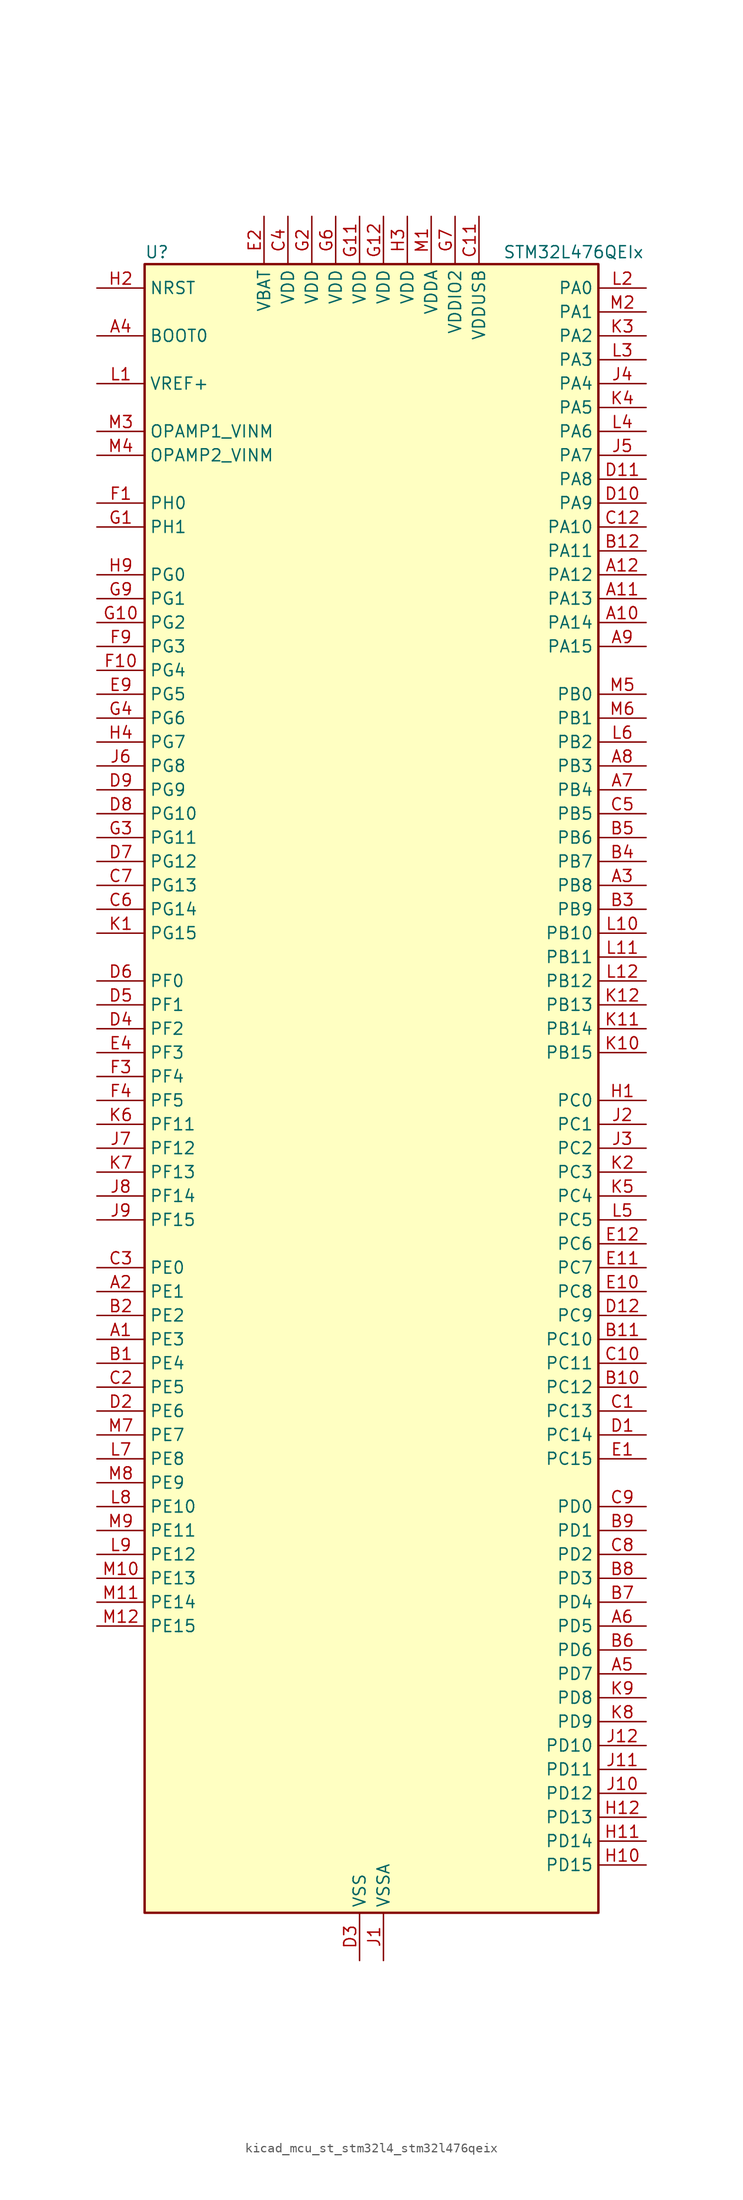
<source format=kicad_sym>
(kicad_symbol_lib
  (version 20220914)
  (generator kicad_symbol_editor)
  (symbol "kicad_mcu_st_stm32l4_stm32l476qeix"
    (property "Reference" "U"
      (at -22.86 90.17 0)
      (effects (font (size 1.27 1.27)) (justify left)))
    (property "Value" "STM32L476QEIx"
      (at 15.24 90.17 0)
      (effects (font (size 1.27 1.27)) (justify left)))
    (property "ki_locked" ""
      (at 0 0 0)
      (effects (font (size 1.27 1.27))))
    (symbol "kicad_mcu_st_stm32l4_stm32l476qeix_0_1"
      (rectangle (start -22.86 -86.36) (end 25.4 88.9) (stroke (width 0.254) (type default)) (fill (type background))))
    (symbol "kicad_mcu_st_stm32l4_stm32l476qeix_1_1"
      (pin bidirectional line (at -27.94 -25.4 0) (length 5.08) (name "PE3" (effects (font (size 1.27 1.27)))) (number "A1" (effects (font (size 1.27 1.27)))) (alternate "FMC_A19" bidirectional line) (alternate "LCD_SEG39" bidirectional line) (alternate "SAI1_SD_B" bidirectional line) (alternate "SYS_TRACED0" bidirectional line) (alternate "TIM3_CH1" bidirectional line) (alternate "TSC_G7_IO2" bidirectional line))
      (pin bidirectional line (at 30.48 50.8 180) (length 5.08) (name "PA14" (effects (font (size 1.27 1.27)))) (number "A10" (effects (font (size 1.27 1.27)))) (alternate "SYS_JTCK-SWCLK" bidirectional line))
      (pin bidirectional line (at 30.48 53.34 180) (length 5.08) (name "PA13" (effects (font (size 1.27 1.27)))) (number "A11" (effects (font (size 1.27 1.27)))) (alternate "IR_OUT" bidirectional line) (alternate "SYS_JTMS-SWDIO" bidirectional line) (alternate "USB_OTG_FS_NOE" bidirectional line))
      (pin bidirectional line (at 30.48 55.88 180) (length 5.08) (name "PA12" (effects (font (size 1.27 1.27)))) (number "A12" (effects (font (size 1.27 1.27)))) (alternate "CAN1_TX" bidirectional line) (alternate "TIM1_ETR" bidirectional line) (alternate "USART1_DE" bidirectional line) (alternate "USART1_RTS" bidirectional line) (alternate "USB_OTG_FS_DP" bidirectional line))
      (pin bidirectional line (at -27.94 -20.32 0) (length 5.08) (name "PE1" (effects (font (size 1.27 1.27)))) (number "A2" (effects (font (size 1.27 1.27)))) (alternate "FMC_NBL1" bidirectional line) (alternate "LCD_SEG37" bidirectional line) (alternate "TIM17_CH1" bidirectional line))
      (pin bidirectional line (at 30.48 22.86 180) (length 5.08) (name "PB8" (effects (font (size 1.27 1.27)))) (number "A3" (effects (font (size 1.27 1.27)))) (alternate "CAN1_RX" bidirectional line) (alternate "DFSDM1_DATIN6" bidirectional line) (alternate "I2C1_SCL" bidirectional line) (alternate "LCD_SEG16" bidirectional line) (alternate "SAI1_MCLK_A" bidirectional line) (alternate "SDMMC1_D4" bidirectional line) (alternate "TIM16_CH1" bidirectional line) (alternate "TIM4_CH3" bidirectional line))
      (pin input line (at -27.94 81.28 0) (length 5.08) (name "BOOT0" (effects (font (size 1.27 1.27)))) (number "A4" (effects (font (size 1.27 1.27)))))
      (pin bidirectional line (at 30.48 -60.96 180) (length 5.08) (name "PD7" (effects (font (size 1.27 1.27)))) (number "A5" (effects (font (size 1.27 1.27)))) (alternate "DFSDM1_CKIN1" bidirectional line) (alternate "FMC_NE1" bidirectional line) (alternate "USART2_CK" bidirectional line))
      (pin bidirectional line (at 30.48 -55.88 180) (length 5.08) (name "PD5" (effects (font (size 1.27 1.27)))) (number "A6" (effects (font (size 1.27 1.27)))) (alternate "FMC_NWE" bidirectional line) (alternate "USART2_TX" bidirectional line))
      (pin bidirectional line (at 30.48 33.02 180) (length 5.08) (name "PB4" (effects (font (size 1.27 1.27)))) (number "A7" (effects (font (size 1.27 1.27)))) (alternate "COMP2_INP" bidirectional line) (alternate "LCD_SEG8" bidirectional line) (alternate "SAI1_MCLK_B" bidirectional line) (alternate "SPI1_MISO" bidirectional line) (alternate "SPI3_MISO" bidirectional line) (alternate "SYS_JTRST" bidirectional line) (alternate "TIM17_BKIN" bidirectional line) (alternate "TIM3_CH1" bidirectional line) (alternate "TSC_G2_IO1" bidirectional line) (alternate "UART5_DE" bidirectional line) (alternate "UART5_RTS" bidirectional line) (alternate "USART1_CTS" bidirectional line))
      (pin bidirectional line (at 30.48 35.56 180) (length 5.08) (name "PB3" (effects (font (size 1.27 1.27)))) (number "A8" (effects (font (size 1.27 1.27)))) (alternate "COMP2_INM" bidirectional line) (alternate "LCD_SEG7" bidirectional line) (alternate "SAI1_SCK_B" bidirectional line) (alternate "SPI1_SCK" bidirectional line) (alternate "SPI3_SCK" bidirectional line) (alternate "SYS_JTDO-SWO" bidirectional line) (alternate "TIM2_CH2" bidirectional line) (alternate "USART1_DE" bidirectional line) (alternate "USART1_RTS" bidirectional line))
      (pin bidirectional line (at 30.48 48.26 180) (length 5.08) (name "PA15" (effects (font (size 1.27 1.27)))) (number "A9" (effects (font (size 1.27 1.27)))) (alternate "ADC1_EXTI15" bidirectional line) (alternate "ADC2_EXTI15" bidirectional line) (alternate "ADC3_EXTI15" bidirectional line) (alternate "LCD_SEG17" bidirectional line) (alternate "SAI2_FS_B" bidirectional line) (alternate "SPI1_NSS" bidirectional line) (alternate "SPI3_NSS" bidirectional line) (alternate "SYS_JTDI" bidirectional line) (alternate "TIM2_CH1" bidirectional line) (alternate "TIM2_ETR" bidirectional line) (alternate "TSC_G3_IO1" bidirectional line) (alternate "UART4_DE" bidirectional line) (alternate "UART4_RTS" bidirectional line))
      (pin bidirectional line (at -27.94 -27.94 0) (length 5.08) (name "PE4" (effects (font (size 1.27 1.27)))) (number "B1" (effects (font (size 1.27 1.27)))) (alternate "DFSDM1_DATIN3" bidirectional line) (alternate "FMC_A20" bidirectional line) (alternate "SAI1_FS_A" bidirectional line) (alternate "SYS_TRACED1" bidirectional line) (alternate "TIM3_CH2" bidirectional line) (alternate "TSC_G7_IO3" bidirectional line))
      (pin bidirectional line (at 30.48 -30.48 180) (length 5.08) (name "PC12" (effects (font (size 1.27 1.27)))) (number "B10" (effects (font (size 1.27 1.27)))) (alternate "LCD_COM6" bidirectional line) (alternate "LCD_SEG30" bidirectional line) (alternate "LCD_SEG42" bidirectional line) (alternate "SAI2_SD_B" bidirectional line) (alternate "SDMMC1_CK" bidirectional line) (alternate "SPI3_MOSI" bidirectional line) (alternate "TSC_G3_IO4" bidirectional line) (alternate "UART5_TX" bidirectional line) (alternate "USART3_CK" bidirectional line))
      (pin bidirectional line (at 30.48 -25.4 180) (length 5.08) (name "PC10" (effects (font (size 1.27 1.27)))) (number "B11" (effects (font (size 1.27 1.27)))) (alternate "LCD_COM4" bidirectional line) (alternate "LCD_SEG28" bidirectional line) (alternate "LCD_SEG40" bidirectional line) (alternate "SAI2_SCK_B" bidirectional line) (alternate "SDMMC1_D2" bidirectional line) (alternate "SPI3_SCK" bidirectional line) (alternate "TSC_G3_IO2" bidirectional line) (alternate "UART4_TX" bidirectional line) (alternate "USART3_TX" bidirectional line))
      (pin bidirectional line (at 30.48 58.42 180) (length 5.08) (name "PA11" (effects (font (size 1.27 1.27)))) (number "B12" (effects (font (size 1.27 1.27)))) (alternate "ADC1_EXTI11" bidirectional line) (alternate "ADC2_EXTI11" bidirectional line) (alternate "ADC3_EXTI11" bidirectional line) (alternate "CAN1_RX" bidirectional line) (alternate "TIM1_BKIN2" bidirectional line) (alternate "TIM1_BKIN2_COMP1" bidirectional line) (alternate "TIM1_CH4" bidirectional line) (alternate "USART1_CTS" bidirectional line) (alternate "USB_OTG_FS_DM" bidirectional line))
      (pin bidirectional line (at -27.94 -22.86 0) (length 5.08) (name "PE2" (effects (font (size 1.27 1.27)))) (number "B2" (effects (font (size 1.27 1.27)))) (alternate "FMC_A23" bidirectional line) (alternate "LCD_SEG38" bidirectional line) (alternate "SAI1_MCLK_A" bidirectional line) (alternate "SYS_TRACECLK" bidirectional line) (alternate "TIM3_ETR" bidirectional line) (alternate "TSC_G7_IO1" bidirectional line))
      (pin bidirectional line (at 30.48 20.32 180) (length 5.08) (name "PB9" (effects (font (size 1.27 1.27)))) (number "B3" (effects (font (size 1.27 1.27)))) (alternate "CAN1_TX" bidirectional line) (alternate "DAC1_EXTI9" bidirectional line) (alternate "DFSDM1_CKIN6" bidirectional line) (alternate "I2C1_SDA" bidirectional line) (alternate "IR_OUT" bidirectional line) (alternate "LCD_COM3" bidirectional line) (alternate "SAI1_FS_A" bidirectional line) (alternate "SDMMC1_D5" bidirectional line) (alternate "SPI2_NSS" bidirectional line) (alternate "TIM17_CH1" bidirectional line) (alternate "TIM4_CH4" bidirectional line))
      (pin bidirectional line (at 30.48 25.4 180) (length 5.08) (name "PB7" (effects (font (size 1.27 1.27)))) (number "B4" (effects (font (size 1.27 1.27)))) (alternate "COMP2_INM" bidirectional line) (alternate "DFSDM1_CKIN5" bidirectional line) (alternate "FMC_NL" bidirectional line) (alternate "I2C1_SDA" bidirectional line) (alternate "LCD_SEG21" bidirectional line) (alternate "LPTIM1_IN2" bidirectional line) (alternate "SYS_PVD_IN" bidirectional line) (alternate "TIM17_CH1N" bidirectional line) (alternate "TIM4_CH2" bidirectional line) (alternate "TIM8_BKIN" bidirectional line) (alternate "TIM8_BKIN_COMP1" bidirectional line) (alternate "TSC_G2_IO4" bidirectional line) (alternate "UART4_CTS" bidirectional line) (alternate "USART1_RX" bidirectional line))
      (pin bidirectional line (at 30.48 27.94 180) (length 5.08) (name "PB6" (effects (font (size 1.27 1.27)))) (number "B5" (effects (font (size 1.27 1.27)))) (alternate "COMP2_INP" bidirectional line) (alternate "DFSDM1_DATIN5" bidirectional line) (alternate "I2C1_SCL" bidirectional line) (alternate "LPTIM1_ETR" bidirectional line) (alternate "SAI1_FS_B" bidirectional line) (alternate "TIM16_CH1N" bidirectional line) (alternate "TIM4_CH1" bidirectional line) (alternate "TIM8_BKIN2" bidirectional line) (alternate "TIM8_BKIN2_COMP2" bidirectional line) (alternate "TSC_G2_IO3" bidirectional line) (alternate "USART1_TX" bidirectional line))
      (pin bidirectional line (at 30.48 -58.42 180) (length 5.08) (name "PD6" (effects (font (size 1.27 1.27)))) (number "B6" (effects (font (size 1.27 1.27)))) (alternate "DFSDM1_DATIN1" bidirectional line) (alternate "FMC_NWAIT" bidirectional line) (alternate "SAI1_SD_A" bidirectional line) (alternate "USART2_RX" bidirectional line))
      (pin bidirectional line (at 30.48 -53.34 180) (length 5.08) (name "PD4" (effects (font (size 1.27 1.27)))) (number "B7" (effects (font (size 1.27 1.27)))) (alternate "DFSDM1_CKIN0" bidirectional line) (alternate "FMC_NOE" bidirectional line) (alternate "SPI2_MOSI" bidirectional line) (alternate "USART2_DE" bidirectional line) (alternate "USART2_RTS" bidirectional line))
      (pin bidirectional line (at 30.48 -50.8 180) (length 5.08) (name "PD3" (effects (font (size 1.27 1.27)))) (number "B8" (effects (font (size 1.27 1.27)))) (alternate "DFSDM1_DATIN0" bidirectional line) (alternate "FMC_CLK" bidirectional line) (alternate "SPI2_MISO" bidirectional line) (alternate "USART2_CTS" bidirectional line))
      (pin bidirectional line (at 30.48 -45.72 180) (length 5.08) (name "PD1" (effects (font (size 1.27 1.27)))) (number "B9" (effects (font (size 1.27 1.27)))) (alternate "CAN1_TX" bidirectional line) (alternate "DFSDM1_CKIN7" bidirectional line) (alternate "FMC_D3" bidirectional line) (alternate "FMC_DA3" bidirectional line) (alternate "SPI2_SCK" bidirectional line))
      (pin bidirectional line (at 30.48 -33.02 180) (length 5.08) (name "PC13" (effects (font (size 1.27 1.27)))) (number "C1" (effects (font (size 1.27 1.27)))) (alternate "RTC_OUT_ALARM" bidirectional line) (alternate "RTC_OUT_CALIB" bidirectional line) (alternate "RTC_TAMP1" bidirectional line) (alternate "RTC_TS" bidirectional line) (alternate "SYS_WKUP2" bidirectional line))
      (pin bidirectional line (at 30.48 -27.94 180) (length 5.08) (name "PC11" (effects (font (size 1.27 1.27)))) (number "C10" (effects (font (size 1.27 1.27)))) (alternate "ADC1_EXTI11" bidirectional line) (alternate "ADC2_EXTI11" bidirectional line) (alternate "ADC3_EXTI11" bidirectional line) (alternate "LCD_COM5" bidirectional line) (alternate "LCD_SEG29" bidirectional line) (alternate "LCD_SEG41" bidirectional line) (alternate "SAI2_MCLK_B" bidirectional line) (alternate "SDMMC1_D3" bidirectional line) (alternate "SPI3_MISO" bidirectional line) (alternate "TSC_G3_IO3" bidirectional line) (alternate "UART4_RX" bidirectional line) (alternate "USART3_RX" bidirectional line))
      (pin power_in line (at 12.7 93.98 270) (length 5.08) (name "VDDUSB" (effects (font (size 1.27 1.27)))) (number "C11" (effects (font (size 1.27 1.27)))))
      (pin bidirectional line (at 30.48 60.96 180) (length 5.08) (name "PA10" (effects (font (size 1.27 1.27)))) (number "C12" (effects (font (size 1.27 1.27)))) (alternate "LCD_COM2" bidirectional line) (alternate "TIM17_BKIN" bidirectional line) (alternate "TIM1_CH3" bidirectional line) (alternate "USART1_RX" bidirectional line) (alternate "USB_OTG_FS_ID" bidirectional line))
      (pin bidirectional line (at -27.94 -30.48 0) (length 5.08) (name "PE5" (effects (font (size 1.27 1.27)))) (number "C2" (effects (font (size 1.27 1.27)))) (alternate "DFSDM1_CKIN3" bidirectional line) (alternate "FMC_A21" bidirectional line) (alternate "SAI1_SCK_A" bidirectional line) (alternate "SYS_TRACED2" bidirectional line) (alternate "TIM3_CH3" bidirectional line) (alternate "TSC_G7_IO4" bidirectional line))
      (pin bidirectional line (at -27.94 -17.78 0) (length 5.08) (name "PE0" (effects (font (size 1.27 1.27)))) (number "C3" (effects (font (size 1.27 1.27)))) (alternate "FMC_NBL0" bidirectional line) (alternate "LCD_SEG36" bidirectional line) (alternate "TIM16_CH1" bidirectional line) (alternate "TIM4_ETR" bidirectional line))
      (pin power_in line (at -7.62 93.98 270) (length 5.08) (name "VDD" (effects (font (size 1.27 1.27)))) (number "C4" (effects (font (size 1.27 1.27)))))
      (pin bidirectional line (at 30.48 30.48 180) (length 5.08) (name "PB5" (effects (font (size 1.27 1.27)))) (number "C5" (effects (font (size 1.27 1.27)))) (alternate "COMP2_OUT" bidirectional line) (alternate "I2C1_SMBA" bidirectional line) (alternate "LCD_SEG9" bidirectional line) (alternate "LPTIM1_IN1" bidirectional line) (alternate "SAI1_SD_B" bidirectional line) (alternate "SPI1_MOSI" bidirectional line) (alternate "SPI3_MOSI" bidirectional line) (alternate "TIM16_BKIN" bidirectional line) (alternate "TIM3_CH2" bidirectional line) (alternate "TSC_G2_IO2" bidirectional line) (alternate "UART5_CTS" bidirectional line) (alternate "USART1_CK" bidirectional line))
      (pin bidirectional line (at -27.94 20.32 0) (length 5.08) (name "PG14" (effects (font (size 1.27 1.27)))) (number "C6" (effects (font (size 1.27 1.27)))) (alternate "FMC_A25" bidirectional line) (alternate "I2C1_SCL" bidirectional line))
      (pin bidirectional line (at -27.94 22.86 0) (length 5.08) (name "PG13" (effects (font (size 1.27 1.27)))) (number "C7" (effects (font (size 1.27 1.27)))) (alternate "FMC_A24" bidirectional line) (alternate "I2C1_SDA" bidirectional line) (alternate "USART1_CK" bidirectional line))
      (pin bidirectional line (at 30.48 -48.26 180) (length 5.08) (name "PD2" (effects (font (size 1.27 1.27)))) (number "C8" (effects (font (size 1.27 1.27)))) (alternate "LCD_COM7" bidirectional line) (alternate "LCD_SEG31" bidirectional line) (alternate "LCD_SEG43" bidirectional line) (alternate "SDMMC1_CMD" bidirectional line) (alternate "TIM3_ETR" bidirectional line) (alternate "TSC_SYNC" bidirectional line) (alternate "UART5_RX" bidirectional line) (alternate "USART3_DE" bidirectional line) (alternate "USART3_RTS" bidirectional line))
      (pin bidirectional line (at 30.48 -43.18 180) (length 5.08) (name "PD0" (effects (font (size 1.27 1.27)))) (number "C9" (effects (font (size 1.27 1.27)))) (alternate "CAN1_RX" bidirectional line) (alternate "DFSDM1_DATIN7" bidirectional line) (alternate "FMC_D2" bidirectional line) (alternate "FMC_DA2" bidirectional line) (alternate "SPI2_NSS" bidirectional line))
      (pin bidirectional line (at 30.48 -35.56 180) (length 5.08) (name "PC14" (effects (font (size 1.27 1.27)))) (number "D1" (effects (font (size 1.27 1.27)))) (alternate "RCC_OSC32_IN" bidirectional line))
      (pin bidirectional line (at 30.48 63.5 180) (length 5.08) (name "PA9" (effects (font (size 1.27 1.27)))) (number "D10" (effects (font (size 1.27 1.27)))) (alternate "DAC1_EXTI9" bidirectional line) (alternate "LCD_COM1" bidirectional line) (alternate "TIM15_BKIN" bidirectional line) (alternate "TIM1_CH2" bidirectional line) (alternate "USART1_TX" bidirectional line) (alternate "USB_OTG_FS_VBUS" bidirectional line))
      (pin bidirectional line (at 30.48 66.04 180) (length 5.08) (name "PA8" (effects (font (size 1.27 1.27)))) (number "D11" (effects (font (size 1.27 1.27)))) (alternate "LCD_COM0" bidirectional line) (alternate "LPTIM2_OUT" bidirectional line) (alternate "RCC_MCO" bidirectional line) (alternate "TIM1_CH1" bidirectional line) (alternate "USART1_CK" bidirectional line) (alternate "USB_OTG_FS_SOF" bidirectional line))
      (pin bidirectional line (at 30.48 -22.86 180) (length 5.08) (name "PC9" (effects (font (size 1.27 1.27)))) (number "D12" (effects (font (size 1.27 1.27)))) (alternate "DAC1_EXTI9" bidirectional line) (alternate "LCD_SEG27" bidirectional line) (alternate "SAI2_EXTCLK" bidirectional line) (alternate "SDMMC1_D1" bidirectional line) (alternate "TIM3_CH4" bidirectional line) (alternate "TIM8_BKIN2" bidirectional line) (alternate "TIM8_BKIN2_COMP1" bidirectional line) (alternate "TIM8_CH4" bidirectional line) (alternate "TSC_G4_IO4" bidirectional line) (alternate "USB_OTG_FS_NOE" bidirectional line))
      (pin bidirectional line (at -27.94 -33.02 0) (length 5.08) (name "PE6" (effects (font (size 1.27 1.27)))) (number "D2" (effects (font (size 1.27 1.27)))) (alternate "FMC_A22" bidirectional line) (alternate "RTC_TAMP3" bidirectional line) (alternate "SAI1_SD_A" bidirectional line) (alternate "SYS_TRACED3" bidirectional line) (alternate "SYS_WKUP3" bidirectional line) (alternate "TIM3_CH4" bidirectional line))
      (pin power_in line (at 0 -91.44 90) (length 5.08) (name "VSS" (effects (font (size 1.27 1.27)))) (number "D3" (effects (font (size 1.27 1.27)))))
      (pin bidirectional line (at -27.94 7.62 0) (length 5.08) (name "PF2" (effects (font (size 1.27 1.27)))) (number "D4" (effects (font (size 1.27 1.27)))) (alternate "FMC_A2" bidirectional line) (alternate "I2C2_SMBA" bidirectional line))
      (pin bidirectional line (at -27.94 10.16 0) (length 5.08) (name "PF1" (effects (font (size 1.27 1.27)))) (number "D5" (effects (font (size 1.27 1.27)))) (alternate "FMC_A1" bidirectional line) (alternate "I2C2_SCL" bidirectional line))
      (pin bidirectional line (at -27.94 12.7 0) (length 5.08) (name "PF0" (effects (font (size 1.27 1.27)))) (number "D6" (effects (font (size 1.27 1.27)))) (alternate "FMC_A0" bidirectional line) (alternate "I2C2_SDA" bidirectional line))
      (pin bidirectional line (at -27.94 25.4 0) (length 5.08) (name "PG12" (effects (font (size 1.27 1.27)))) (number "D7" (effects (font (size 1.27 1.27)))) (alternate "FMC_NE4" bidirectional line) (alternate "LPTIM1_ETR" bidirectional line) (alternate "SAI2_SD_A" bidirectional line) (alternate "SPI3_NSS" bidirectional line) (alternate "USART1_DE" bidirectional line) (alternate "USART1_RTS" bidirectional line))
      (pin bidirectional line (at -27.94 30.48 0) (length 5.08) (name "PG10" (effects (font (size 1.27 1.27)))) (number "D8" (effects (font (size 1.27 1.27)))) (alternate "FMC_NE3" bidirectional line) (alternate "LPTIM1_IN1" bidirectional line) (alternate "SAI2_FS_A" bidirectional line) (alternate "SPI3_MISO" bidirectional line) (alternate "TIM15_CH1" bidirectional line) (alternate "USART1_RX" bidirectional line))
      (pin bidirectional line (at -27.94 33.02 0) (length 5.08) (name "PG9" (effects (font (size 1.27 1.27)))) (number "D9" (effects (font (size 1.27 1.27)))) (alternate "DAC1_EXTI9" bidirectional line) (alternate "FMC_NCE3" bidirectional line) (alternate "FMC_NE2" bidirectional line) (alternate "SAI2_SCK_A" bidirectional line) (alternate "SPI3_SCK" bidirectional line) (alternate "TIM15_CH1N" bidirectional line) (alternate "USART1_TX" bidirectional line))
      (pin bidirectional line (at 30.48 -38.1 180) (length 5.08) (name "PC15" (effects (font (size 1.27 1.27)))) (number "E1" (effects (font (size 1.27 1.27)))) (alternate "ADC1_EXTI15" bidirectional line) (alternate "ADC2_EXTI15" bidirectional line) (alternate "ADC3_EXTI15" bidirectional line) (alternate "RCC_OSC32_OUT" bidirectional line))
      (pin bidirectional line (at 30.48 -20.32 180) (length 5.08) (name "PC8" (effects (font (size 1.27 1.27)))) (number "E10" (effects (font (size 1.27 1.27)))) (alternate "LCD_SEG26" bidirectional line) (alternate "SDMMC1_D0" bidirectional line) (alternate "TIM3_CH3" bidirectional line) (alternate "TIM8_CH3" bidirectional line) (alternate "TSC_G4_IO3" bidirectional line))
      (pin bidirectional line (at 30.48 -17.78 180) (length 5.08) (name "PC7" (effects (font (size 1.27 1.27)))) (number "E11" (effects (font (size 1.27 1.27)))) (alternate "DFSDM1_DATIN3" bidirectional line) (alternate "LCD_SEG25" bidirectional line) (alternate "SAI2_MCLK_B" bidirectional line) (alternate "SDMMC1_D7" bidirectional line) (alternate "TIM3_CH2" bidirectional line) (alternate "TIM8_CH2" bidirectional line) (alternate "TSC_G4_IO2" bidirectional line))
      (pin bidirectional line (at 30.48 -15.24 180) (length 5.08) (name "PC6" (effects (font (size 1.27 1.27)))) (number "E12" (effects (font (size 1.27 1.27)))) (alternate "DFSDM1_CKIN3" bidirectional line) (alternate "LCD_SEG24" bidirectional line) (alternate "SAI2_MCLK_A" bidirectional line) (alternate "SDMMC1_D6" bidirectional line) (alternate "TIM3_CH1" bidirectional line) (alternate "TIM8_CH1" bidirectional line) (alternate "TSC_G4_IO1" bidirectional line))
      (pin power_in line (at -10.16 93.98 270) (length 5.08) (name "VBAT" (effects (font (size 1.27 1.27)))) (number "E2" (effects (font (size 1.27 1.27)))))
      (pin passive line (at 0 -91.44 90) (length 5.08) hide (name "VSS" (effects (font (size 1.27 1.27)))) (number "E3" (effects (font (size 1.27 1.27)))))
      (pin bidirectional line (at -27.94 5.08 0) (length 5.08) (name "PF3" (effects (font (size 1.27 1.27)))) (number "E4" (effects (font (size 1.27 1.27)))) (alternate "ADC3_IN6" bidirectional line) (alternate "FMC_A3" bidirectional line))
      (pin bidirectional line (at -27.94 43.18 0) (length 5.08) (name "PG5" (effects (font (size 1.27 1.27)))) (number "E9" (effects (font (size 1.27 1.27)))) (alternate "FMC_A15" bidirectional line) (alternate "LPUART1_CTS" bidirectional line) (alternate "SAI2_SD_B" bidirectional line) (alternate "SPI1_NSS" bidirectional line))
      (pin bidirectional line (at -27.94 63.5 0) (length 5.08) (name "PH0" (effects (font (size 1.27 1.27)))) (number "F1" (effects (font (size 1.27 1.27)))) (alternate "RCC_OSC_IN" bidirectional line))
      (pin bidirectional line (at -27.94 45.72 0) (length 5.08) (name "PG4" (effects (font (size 1.27 1.27)))) (number "F10" (effects (font (size 1.27 1.27)))) (alternate "FMC_A14" bidirectional line) (alternate "SAI2_MCLK_B" bidirectional line) (alternate "SPI1_MOSI" bidirectional line))
      (pin passive line (at 0 -91.44 90) (length 5.08) hide (name "VSS" (effects (font (size 1.27 1.27)))) (number "F11" (effects (font (size 1.27 1.27)))))
      (pin passive line (at 0 -91.44 90) (length 5.08) hide (name "VSS" (effects (font (size 1.27 1.27)))) (number "F12" (effects (font (size 1.27 1.27)))))
      (pin passive line (at 0 -91.44 90) (length 5.08) hide (name "VSS" (effects (font (size 1.27 1.27)))) (number "F2" (effects (font (size 1.27 1.27)))))
      (pin bidirectional line (at -27.94 2.54 0) (length 5.08) (name "PF4" (effects (font (size 1.27 1.27)))) (number "F3" (effects (font (size 1.27 1.27)))) (alternate "ADC3_IN7" bidirectional line) (alternate "FMC_A4" bidirectional line))
      (pin bidirectional line (at -27.94 0 0) (length 5.08) (name "PF5" (effects (font (size 1.27 1.27)))) (number "F4" (effects (font (size 1.27 1.27)))) (alternate "ADC3_IN8" bidirectional line) (alternate "FMC_A5" bidirectional line))
      (pin passive line (at 0 -91.44 90) (length 5.08) hide (name "VSS" (effects (font (size 1.27 1.27)))) (number "F6" (effects (font (size 1.27 1.27)))))
      (pin passive line (at 0 -91.44 90) (length 5.08) hide (name "VSS" (effects (font (size 1.27 1.27)))) (number "F7" (effects (font (size 1.27 1.27)))))
      (pin bidirectional line (at -27.94 48.26 0) (length 5.08) (name "PG3" (effects (font (size 1.27 1.27)))) (number "F9" (effects (font (size 1.27 1.27)))) (alternate "FMC_A13" bidirectional line) (alternate "SAI2_FS_B" bidirectional line) (alternate "SPI1_MISO" bidirectional line))
      (pin bidirectional line (at -27.94 60.96 0) (length 5.08) (name "PH1" (effects (font (size 1.27 1.27)))) (number "G1" (effects (font (size 1.27 1.27)))) (alternate "RCC_OSC_OUT" bidirectional line))
      (pin bidirectional line (at -27.94 50.8 0) (length 5.08) (name "PG2" (effects (font (size 1.27 1.27)))) (number "G10" (effects (font (size 1.27 1.27)))) (alternate "FMC_A12" bidirectional line) (alternate "SAI2_SCK_B" bidirectional line) (alternate "SPI1_SCK" bidirectional line))
      (pin power_in line (at 0 93.98 270) (length 5.08) (name "VDD" (effects (font (size 1.27 1.27)))) (number "G11" (effects (font (size 1.27 1.27)))))
      (pin power_in line (at 2.54 93.98 270) (length 5.08) (name "VDD" (effects (font (size 1.27 1.27)))) (number "G12" (effects (font (size 1.27 1.27)))))
      (pin power_in line (at -5.08 93.98 270) (length 5.08) (name "VDD" (effects (font (size 1.27 1.27)))) (number "G2" (effects (font (size 1.27 1.27)))))
      (pin bidirectional line (at -27.94 27.94 0) (length 5.08) (name "PG11" (effects (font (size 1.27 1.27)))) (number "G3" (effects (font (size 1.27 1.27)))) (alternate "ADC1_EXTI11" bidirectional line) (alternate "ADC2_EXTI11" bidirectional line) (alternate "ADC3_EXTI11" bidirectional line) (alternate "LPTIM1_IN2" bidirectional line) (alternate "SAI2_MCLK_A" bidirectional line) (alternate "SPI3_MOSI" bidirectional line) (alternate "TIM15_CH2" bidirectional line) (alternate "USART1_CTS" bidirectional line))
      (pin bidirectional line (at -27.94 40.64 0) (length 5.08) (name "PG6" (effects (font (size 1.27 1.27)))) (number "G4" (effects (font (size 1.27 1.27)))) (alternate "I2C3_SMBA" bidirectional line) (alternate "LPUART1_DE" bidirectional line) (alternate "LPUART1_RTS" bidirectional line))
      (pin power_in line (at -2.54 93.98 270) (length 5.08) (name "VDD" (effects (font (size 1.27 1.27)))) (number "G6" (effects (font (size 1.27 1.27)))))
      (pin power_in line (at 10.16 93.98 270) (length 5.08) (name "VDDIO2" (effects (font (size 1.27 1.27)))) (number "G7" (effects (font (size 1.27 1.27)))))
      (pin bidirectional line (at -27.94 53.34 0) (length 5.08) (name "PG1" (effects (font (size 1.27 1.27)))) (number "G9" (effects (font (size 1.27 1.27)))) (alternate "FMC_A11" bidirectional line) (alternate "TSC_G8_IO4" bidirectional line))
      (pin bidirectional line (at 30.48 0 180) (length 5.08) (name "PC0" (effects (font (size 1.27 1.27)))) (number "H1" (effects (font (size 1.27 1.27)))) (alternate "ADC1_IN1" bidirectional line) (alternate "ADC2_IN1" bidirectional line) (alternate "ADC3_IN1" bidirectional line) (alternate "DFSDM1_DATIN4" bidirectional line) (alternate "I2C3_SCL" bidirectional line) (alternate "LCD_SEG18" bidirectional line) (alternate "LPTIM1_IN1" bidirectional line) (alternate "LPTIM2_IN1" bidirectional line) (alternate "LPUART1_RX" bidirectional line))
      (pin bidirectional line (at 30.48 -81.28 180) (length 5.08) (name "PD15" (effects (font (size 1.27 1.27)))) (number "H10" (effects (font (size 1.27 1.27)))) (alternate "ADC1_EXTI15" bidirectional line) (alternate "ADC2_EXTI15" bidirectional line) (alternate "ADC3_EXTI15" bidirectional line) (alternate "FMC_D1" bidirectional line) (alternate "FMC_DA1" bidirectional line) (alternate "LCD_SEG35" bidirectional line) (alternate "TIM4_CH4" bidirectional line))
      (pin bidirectional line (at 30.48 -78.74 180) (length 5.08) (name "PD14" (effects (font (size 1.27 1.27)))) (number "H11" (effects (font (size 1.27 1.27)))) (alternate "FMC_D0" bidirectional line) (alternate "FMC_DA0" bidirectional line) (alternate "LCD_SEG34" bidirectional line) (alternate "TIM4_CH3" bidirectional line))
      (pin bidirectional line (at 30.48 -76.2 180) (length 5.08) (name "PD13" (effects (font (size 1.27 1.27)))) (number "H12" (effects (font (size 1.27 1.27)))) (alternate "FMC_A18" bidirectional line) (alternate "LCD_SEG33" bidirectional line) (alternate "LPTIM2_OUT" bidirectional line) (alternate "TIM4_CH2" bidirectional line) (alternate "TSC_G6_IO4" bidirectional line))
      (pin input line (at -27.94 86.36 0) (length 5.08) (name "NRST" (effects (font (size 1.27 1.27)))) (number "H2" (effects (font (size 1.27 1.27)))))
      (pin power_in line (at 5.08 93.98 270) (length 5.08) (name "VDD" (effects (font (size 1.27 1.27)))) (number "H3" (effects (font (size 1.27 1.27)))))
      (pin bidirectional line (at -27.94 38.1 0) (length 5.08) (name "PG7" (effects (font (size 1.27 1.27)))) (number "H4" (effects (font (size 1.27 1.27)))) (alternate "FMC_INT3" bidirectional line) (alternate "I2C3_SCL" bidirectional line) (alternate "LPUART1_TX" bidirectional line))
      (pin bidirectional line (at -27.94 55.88 0) (length 5.08) (name "PG0" (effects (font (size 1.27 1.27)))) (number "H9" (effects (font (size 1.27 1.27)))) (alternate "FMC_A10" bidirectional line) (alternate "TSC_G8_IO3" bidirectional line))
      (pin power_in line (at 2.54 -91.44 90) (length 5.08) (name "VSSA" (effects (font (size 1.27 1.27)))) (number "J1" (effects (font (size 1.27 1.27)))))
      (pin bidirectional line (at 30.48 -73.66 180) (length 5.08) (name "PD12" (effects (font (size 1.27 1.27)))) (number "J10" (effects (font (size 1.27 1.27)))) (alternate "FMC_A17" bidirectional line) (alternate "FMC_ALE" bidirectional line) (alternate "LCD_SEG32" bidirectional line) (alternate "LPTIM2_IN1" bidirectional line) (alternate "SAI2_FS_A" bidirectional line) (alternate "TIM4_CH1" bidirectional line) (alternate "TSC_G6_IO3" bidirectional line) (alternate "USART3_DE" bidirectional line) (alternate "USART3_RTS" bidirectional line))
      (pin bidirectional line (at 30.48 -71.12 180) (length 5.08) (name "PD11" (effects (font (size 1.27 1.27)))) (number "J11" (effects (font (size 1.27 1.27)))) (alternate "ADC1_EXTI11" bidirectional line) (alternate "ADC2_EXTI11" bidirectional line) (alternate "ADC3_EXTI11" bidirectional line) (alternate "FMC_A16" bidirectional line) (alternate "FMC_CLE" bidirectional line) (alternate "LCD_SEG31" bidirectional line) (alternate "LPTIM2_ETR" bidirectional line) (alternate "SAI2_SD_A" bidirectional line) (alternate "TSC_G6_IO2" bidirectional line) (alternate "USART3_CTS" bidirectional line))
      (pin bidirectional line (at 30.48 -68.58 180) (length 5.08) (name "PD10" (effects (font (size 1.27 1.27)))) (number "J12" (effects (font (size 1.27 1.27)))) (alternate "FMC_D15" bidirectional line) (alternate "FMC_DA15" bidirectional line) (alternate "LCD_SEG30" bidirectional line) (alternate "SAI2_SCK_A" bidirectional line) (alternate "TSC_G6_IO1" bidirectional line) (alternate "USART3_CK" bidirectional line))
      (pin bidirectional line (at 30.48 -2.54 180) (length 5.08) (name "PC1" (effects (font (size 1.27 1.27)))) (number "J2" (effects (font (size 1.27 1.27)))) (alternate "ADC1_IN2" bidirectional line) (alternate "ADC2_IN2" bidirectional line) (alternate "ADC3_IN2" bidirectional line) (alternate "DFSDM1_CKIN4" bidirectional line) (alternate "I2C3_SDA" bidirectional line) (alternate "LCD_SEG19" bidirectional line) (alternate "LPTIM1_OUT" bidirectional line) (alternate "LPUART1_TX" bidirectional line))
      (pin bidirectional line (at 30.48 -5.08 180) (length 5.08) (name "PC2" (effects (font (size 1.27 1.27)))) (number "J3" (effects (font (size 1.27 1.27)))) (alternate "ADC1_IN3" bidirectional line) (alternate "ADC2_IN3" bidirectional line) (alternate "ADC3_IN3" bidirectional line) (alternate "DFSDM1_CKOUT" bidirectional line) (alternate "LCD_SEG20" bidirectional line) (alternate "LPTIM1_IN2" bidirectional line) (alternate "SPI2_MISO" bidirectional line))
      (pin bidirectional line (at 30.48 76.2 180) (length 5.08) (name "PA4" (effects (font (size 1.27 1.27)))) (number "J4" (effects (font (size 1.27 1.27)))) (alternate "ADC1_IN9" bidirectional line) (alternate "ADC2_IN9" bidirectional line) (alternate "DAC1_OUT1" bidirectional line) (alternate "LPTIM2_OUT" bidirectional line) (alternate "SAI1_FS_B" bidirectional line) (alternate "SPI1_NSS" bidirectional line) (alternate "SPI3_NSS" bidirectional line) (alternate "USART2_CK" bidirectional line))
      (pin bidirectional line (at 30.48 68.58 180) (length 5.08) (name "PA7" (effects (font (size 1.27 1.27)))) (number "J5" (effects (font (size 1.27 1.27)))) (alternate "ADC1_IN12" bidirectional line) (alternate "ADC2_IN12" bidirectional line) (alternate "LCD_SEG4" bidirectional line) (alternate "OPAMP2_VINM" bidirectional line) (alternate "QUADSPI_BK1_IO2" bidirectional line) (alternate "SPI1_MOSI" bidirectional line) (alternate "TIM17_CH1" bidirectional line) (alternate "TIM1_CH1N" bidirectional line) (alternate "TIM3_CH2" bidirectional line) (alternate "TIM8_CH1N" bidirectional line))
      (pin bidirectional line (at -27.94 35.56 0) (length 5.08) (name "PG8" (effects (font (size 1.27 1.27)))) (number "J6" (effects (font (size 1.27 1.27)))) (alternate "I2C3_SDA" bidirectional line) (alternate "LPUART1_RX" bidirectional line))
      (pin bidirectional line (at -27.94 -5.08 0) (length 5.08) (name "PF12" (effects (font (size 1.27 1.27)))) (number "J7" (effects (font (size 1.27 1.27)))) (alternate "FMC_A6" bidirectional line))
      (pin bidirectional line (at -27.94 -10.16 0) (length 5.08) (name "PF14" (effects (font (size 1.27 1.27)))) (number "J8" (effects (font (size 1.27 1.27)))) (alternate "DFSDM1_CKIN6" bidirectional line) (alternate "FMC_A8" bidirectional line) (alternate "TSC_G8_IO1" bidirectional line))
      (pin bidirectional line (at -27.94 -12.7 0) (length 5.08) (name "PF15" (effects (font (size 1.27 1.27)))) (number "J9" (effects (font (size 1.27 1.27)))) (alternate "ADC1_EXTI15" bidirectional line) (alternate "ADC2_EXTI15" bidirectional line) (alternate "ADC3_EXTI15" bidirectional line) (alternate "FMC_A9" bidirectional line) (alternate "TSC_G8_IO2" bidirectional line))
      (pin bidirectional line (at -27.94 17.78 0) (length 5.08) (name "PG15" (effects (font (size 1.27 1.27)))) (number "K1" (effects (font (size 1.27 1.27)))) (alternate "ADC1_EXTI15" bidirectional line) (alternate "ADC2_EXTI15" bidirectional line) (alternate "ADC3_EXTI15" bidirectional line) (alternate "I2C1_SMBA" bidirectional line) (alternate "LPTIM1_OUT" bidirectional line))
      (pin bidirectional line (at 30.48 5.08 180) (length 5.08) (name "PB15" (effects (font (size 1.27 1.27)))) (number "K10" (effects (font (size 1.27 1.27)))) (alternate "ADC1_EXTI15" bidirectional line) (alternate "ADC2_EXTI15" bidirectional line) (alternate "ADC3_EXTI15" bidirectional line) (alternate "DFSDM1_CKIN2" bidirectional line) (alternate "LCD_SEG15" bidirectional line) (alternate "RTC_REFIN" bidirectional line) (alternate "SAI2_SD_A" bidirectional line) (alternate "SPI2_MOSI" bidirectional line) (alternate "SWPMI1_SUSPEND" bidirectional line) (alternate "TIM15_CH2" bidirectional line) (alternate "TIM1_CH3N" bidirectional line) (alternate "TIM8_CH3N" bidirectional line) (alternate "TSC_G1_IO4" bidirectional line))
      (pin bidirectional line (at 30.48 7.62 180) (length 5.08) (name "PB14" (effects (font (size 1.27 1.27)))) (number "K11" (effects (font (size 1.27 1.27)))) (alternate "DFSDM1_DATIN2" bidirectional line) (alternate "I2C2_SDA" bidirectional line) (alternate "LCD_SEG14" bidirectional line) (alternate "SAI2_MCLK_A" bidirectional line) (alternate "SPI2_MISO" bidirectional line) (alternate "SWPMI1_RX" bidirectional line) (alternate "TIM15_CH1" bidirectional line) (alternate "TIM1_CH2N" bidirectional line) (alternate "TIM8_CH2N" bidirectional line) (alternate "TSC_G1_IO3" bidirectional line) (alternate "USART3_DE" bidirectional line) (alternate "USART3_RTS" bidirectional line))
      (pin bidirectional line (at 30.48 10.16 180) (length 5.08) (name "PB13" (effects (font (size 1.27 1.27)))) (number "K12" (effects (font (size 1.27 1.27)))) (alternate "DFSDM1_CKIN1" bidirectional line) (alternate "I2C2_SCL" bidirectional line) (alternate "LCD_SEG13" bidirectional line) (alternate "LPUART1_CTS" bidirectional line) (alternate "SAI2_SCK_A" bidirectional line) (alternate "SPI2_SCK" bidirectional line) (alternate "SWPMI1_TX" bidirectional line) (alternate "TIM15_CH1N" bidirectional line) (alternate "TIM1_CH1N" bidirectional line) (alternate "TSC_G1_IO2" bidirectional line) (alternate "USART3_CTS" bidirectional line))
      (pin bidirectional line (at 30.48 -7.62 180) (length 5.08) (name "PC3" (effects (font (size 1.27 1.27)))) (number "K2" (effects (font (size 1.27 1.27)))) (alternate "ADC1_IN4" bidirectional line) (alternate "ADC2_IN4" bidirectional line) (alternate "ADC3_IN4" bidirectional line) (alternate "LCD_VLCD" bidirectional line) (alternate "LPTIM1_ETR" bidirectional line) (alternate "LPTIM2_ETR" bidirectional line) (alternate "SAI1_SD_A" bidirectional line) (alternate "SPI2_MOSI" bidirectional line))
      (pin bidirectional line (at 30.48 81.28 180) (length 5.08) (name "PA2" (effects (font (size 1.27 1.27)))) (number "K3" (effects (font (size 1.27 1.27)))) (alternate "ADC1_IN7" bidirectional line) (alternate "ADC2_IN7" bidirectional line) (alternate "LCD_SEG1" bidirectional line) (alternate "RCC_LSCO" bidirectional line) (alternate "SAI2_EXTCLK" bidirectional line) (alternate "SYS_WKUP4" bidirectional line) (alternate "TIM15_CH1" bidirectional line) (alternate "TIM2_CH3" bidirectional line) (alternate "TIM5_CH3" bidirectional line) (alternate "USART2_TX" bidirectional line))
      (pin bidirectional line (at 30.48 73.66 180) (length 5.08) (name "PA5" (effects (font (size 1.27 1.27)))) (number "K4" (effects (font (size 1.27 1.27)))) (alternate "ADC1_IN10" bidirectional line) (alternate "ADC2_IN10" bidirectional line) (alternate "DAC1_OUT2" bidirectional line) (alternate "LPTIM2_ETR" bidirectional line) (alternate "SPI1_SCK" bidirectional line) (alternate "TIM2_CH1" bidirectional line) (alternate "TIM2_ETR" bidirectional line) (alternate "TIM8_CH1N" bidirectional line))
      (pin bidirectional line (at 30.48 -10.16 180) (length 5.08) (name "PC4" (effects (font (size 1.27 1.27)))) (number "K5" (effects (font (size 1.27 1.27)))) (alternate "ADC1_IN13" bidirectional line) (alternate "ADC2_IN13" bidirectional line) (alternate "COMP1_INM" bidirectional line) (alternate "LCD_SEG22" bidirectional line) (alternate "USART3_TX" bidirectional line))
      (pin bidirectional line (at -27.94 -2.54 0) (length 5.08) (name "PF11" (effects (font (size 1.27 1.27)))) (number "K6" (effects (font (size 1.27 1.27)))) (alternate "ADC1_EXTI11" bidirectional line) (alternate "ADC2_EXTI11" bidirectional line) (alternate "ADC3_EXTI11" bidirectional line))
      (pin bidirectional line (at -27.94 -7.62 0) (length 5.08) (name "PF13" (effects (font (size 1.27 1.27)))) (number "K7" (effects (font (size 1.27 1.27)))) (alternate "DFSDM1_DATIN6" bidirectional line) (alternate "FMC_A7" bidirectional line))
      (pin bidirectional line (at 30.48 -66.04 180) (length 5.08) (name "PD9" (effects (font (size 1.27 1.27)))) (number "K8" (effects (font (size 1.27 1.27)))) (alternate "DAC1_EXTI9" bidirectional line) (alternate "FMC_D14" bidirectional line) (alternate "FMC_DA14" bidirectional line) (alternate "LCD_SEG29" bidirectional line) (alternate "SAI2_MCLK_A" bidirectional line) (alternate "USART3_RX" bidirectional line))
      (pin bidirectional line (at 30.48 -63.5 180) (length 5.08) (name "PD8" (effects (font (size 1.27 1.27)))) (number "K9" (effects (font (size 1.27 1.27)))) (alternate "FMC_D13" bidirectional line) (alternate "FMC_DA13" bidirectional line) (alternate "LCD_SEG28" bidirectional line) (alternate "USART3_TX" bidirectional line))
      (pin input line (at -27.94 76.2 0) (length 5.08) (name "VREF+" (effects (font (size 1.27 1.27)))) (number "L1" (effects (font (size 1.27 1.27)))) (alternate "VREFBUF_OUT" bidirectional line))
      (pin bidirectional line (at 30.48 17.78 180) (length 5.08) (name "PB10" (effects (font (size 1.27 1.27)))) (number "L10" (effects (font (size 1.27 1.27)))) (alternate "COMP1_OUT" bidirectional line) (alternate "DFSDM1_DATIN7" bidirectional line) (alternate "I2C2_SCL" bidirectional line) (alternate "LCD_SEG10" bidirectional line) (alternate "LPUART1_RX" bidirectional line) (alternate "QUADSPI_CLK" bidirectional line) (alternate "SAI1_SCK_A" bidirectional line) (alternate "SPI2_SCK" bidirectional line) (alternate "TIM2_CH3" bidirectional line) (alternate "USART3_TX" bidirectional line))
      (pin bidirectional line (at 30.48 15.24 180) (length 5.08) (name "PB11" (effects (font (size 1.27 1.27)))) (number "L11" (effects (font (size 1.27 1.27)))) (alternate "ADC1_EXTI11" bidirectional line) (alternate "ADC2_EXTI11" bidirectional line) (alternate "ADC3_EXTI11" bidirectional line) (alternate "COMP2_OUT" bidirectional line) (alternate "DFSDM1_CKIN7" bidirectional line) (alternate "I2C2_SDA" bidirectional line) (alternate "LCD_SEG11" bidirectional line) (alternate "LPUART1_TX" bidirectional line) (alternate "QUADSPI_NCS" bidirectional line) (alternate "TIM2_CH4" bidirectional line) (alternate "USART3_RX" bidirectional line))
      (pin bidirectional line (at 30.48 12.7 180) (length 5.08) (name "PB12" (effects (font (size 1.27 1.27)))) (number "L12" (effects (font (size 1.27 1.27)))) (alternate "DFSDM1_DATIN1" bidirectional line) (alternate "I2C2_SMBA" bidirectional line) (alternate "LCD_SEG12" bidirectional line) (alternate "LPUART1_DE" bidirectional line) (alternate "LPUART1_RTS" bidirectional line) (alternate "SAI2_FS_A" bidirectional line) (alternate "SPI2_NSS" bidirectional line) (alternate "SWPMI1_IO" bidirectional line) (alternate "TIM15_BKIN" bidirectional line) (alternate "TIM1_BKIN" bidirectional line) (alternate "TIM1_BKIN_COMP2" bidirectional line) (alternate "TSC_G1_IO1" bidirectional line) (alternate "USART3_CK" bidirectional line))
      (pin bidirectional line (at 30.48 86.36 180) (length 5.08) (name "PA0" (effects (font (size 1.27 1.27)))) (number "L2" (effects (font (size 1.27 1.27)))) (alternate "ADC1_IN5" bidirectional line) (alternate "ADC2_IN5" bidirectional line) (alternate "OPAMP1_VINP" bidirectional line) (alternate "RTC_TAMP2" bidirectional line) (alternate "SAI1_EXTCLK" bidirectional line) (alternate "SYS_WKUP1" bidirectional line) (alternate "TIM2_CH1" bidirectional line) (alternate "TIM2_ETR" bidirectional line) (alternate "TIM5_CH1" bidirectional line) (alternate "TIM8_ETR" bidirectional line) (alternate "UART4_TX" bidirectional line) (alternate "USART2_CTS" bidirectional line))
      (pin bidirectional line (at 30.48 78.74 180) (length 5.08) (name "PA3" (effects (font (size 1.27 1.27)))) (number "L3" (effects (font (size 1.27 1.27)))) (alternate "ADC1_IN8" bidirectional line) (alternate "ADC2_IN8" bidirectional line) (alternate "LCD_SEG2" bidirectional line) (alternate "OPAMP1_VOUT" bidirectional line) (alternate "TIM15_CH2" bidirectional line) (alternate "TIM2_CH4" bidirectional line) (alternate "TIM5_CH4" bidirectional line) (alternate "USART2_RX" bidirectional line))
      (pin bidirectional line (at 30.48 71.12 180) (length 5.08) (name "PA6" (effects (font (size 1.27 1.27)))) (number "L4" (effects (font (size 1.27 1.27)))) (alternate "ADC1_IN11" bidirectional line) (alternate "ADC2_IN11" bidirectional line) (alternate "LCD_SEG3" bidirectional line) (alternate "OPAMP2_VINP" bidirectional line) (alternate "QUADSPI_BK1_IO3" bidirectional line) (alternate "SPI1_MISO" bidirectional line) (alternate "TIM16_CH1" bidirectional line) (alternate "TIM1_BKIN" bidirectional line) (alternate "TIM1_BKIN_COMP2" bidirectional line) (alternate "TIM3_CH1" bidirectional line) (alternate "TIM8_BKIN" bidirectional line) (alternate "TIM8_BKIN_COMP2" bidirectional line) (alternate "USART3_CTS" bidirectional line))
      (pin bidirectional line (at 30.48 -12.7 180) (length 5.08) (name "PC5" (effects (font (size 1.27 1.27)))) (number "L5" (effects (font (size 1.27 1.27)))) (alternate "ADC1_IN14" bidirectional line) (alternate "ADC2_IN14" bidirectional line) (alternate "COMP1_INP" bidirectional line) (alternate "LCD_SEG23" bidirectional line) (alternate "SYS_WKUP5" bidirectional line) (alternate "USART3_RX" bidirectional line))
      (pin bidirectional line (at 30.48 38.1 180) (length 5.08) (name "PB2" (effects (font (size 1.27 1.27)))) (number "L6" (effects (font (size 1.27 1.27)))) (alternate "COMP1_INP" bidirectional line) (alternate "DFSDM1_CKIN0" bidirectional line) (alternate "I2C3_SMBA" bidirectional line) (alternate "LPTIM1_OUT" bidirectional line) (alternate "RTC_OUT_ALARM" bidirectional line) (alternate "RTC_OUT_CALIB" bidirectional line))
      (pin bidirectional line (at -27.94 -38.1 0) (length 5.08) (name "PE8" (effects (font (size 1.27 1.27)))) (number "L7" (effects (font (size 1.27 1.27)))) (alternate "DFSDM1_CKIN2" bidirectional line) (alternate "FMC_D5" bidirectional line) (alternate "FMC_DA5" bidirectional line) (alternate "SAI1_SCK_B" bidirectional line) (alternate "TIM1_CH1N" bidirectional line))
      (pin bidirectional line (at -27.94 -43.18 0) (length 5.08) (name "PE10" (effects (font (size 1.27 1.27)))) (number "L8" (effects (font (size 1.27 1.27)))) (alternate "DFSDM1_DATIN4" bidirectional line) (alternate "FMC_D7" bidirectional line) (alternate "FMC_DA7" bidirectional line) (alternate "QUADSPI_CLK" bidirectional line) (alternate "SAI1_MCLK_B" bidirectional line) (alternate "TIM1_CH2N" bidirectional line) (alternate "TSC_G5_IO1" bidirectional line))
      (pin bidirectional line (at -27.94 -48.26 0) (length 5.08) (name "PE12" (effects (font (size 1.27 1.27)))) (number "L9" (effects (font (size 1.27 1.27)))) (alternate "DFSDM1_DATIN5" bidirectional line) (alternate "FMC_D9" bidirectional line) (alternate "FMC_DA9" bidirectional line) (alternate "QUADSPI_BK1_IO0" bidirectional line) (alternate "SPI1_NSS" bidirectional line) (alternate "TIM1_CH3N" bidirectional line) (alternate "TSC_G5_IO3" bidirectional line))
      (pin power_in line (at 7.62 93.98 270) (length 5.08) (name "VDDA" (effects (font (size 1.27 1.27)))) (number "M1" (effects (font (size 1.27 1.27)))))
      (pin bidirectional line (at -27.94 -50.8 0) (length 5.08) (name "PE13" (effects (font (size 1.27 1.27)))) (number "M10" (effects (font (size 1.27 1.27)))) (alternate "DFSDM1_CKIN5" bidirectional line) (alternate "FMC_D10" bidirectional line) (alternate "FMC_DA10" bidirectional line) (alternate "QUADSPI_BK1_IO1" bidirectional line) (alternate "SPI1_SCK" bidirectional line) (alternate "TIM1_CH3" bidirectional line) (alternate "TSC_G5_IO4" bidirectional line))
      (pin bidirectional line (at -27.94 -53.34 0) (length 5.08) (name "PE14" (effects (font (size 1.27 1.27)))) (number "M11" (effects (font (size 1.27 1.27)))) (alternate "FMC_D11" bidirectional line) (alternate "FMC_DA11" bidirectional line) (alternate "QUADSPI_BK1_IO2" bidirectional line) (alternate "SPI1_MISO" bidirectional line) (alternate "TIM1_BKIN2" bidirectional line) (alternate "TIM1_BKIN2_COMP2" bidirectional line) (alternate "TIM1_CH4" bidirectional line))
      (pin bidirectional line (at -27.94 -55.88 0) (length 5.08) (name "PE15" (effects (font (size 1.27 1.27)))) (number "M12" (effects (font (size 1.27 1.27)))) (alternate "ADC1_EXTI15" bidirectional line) (alternate "ADC2_EXTI15" bidirectional line) (alternate "ADC3_EXTI15" bidirectional line) (alternate "FMC_D12" bidirectional line) (alternate "FMC_DA12" bidirectional line) (alternate "QUADSPI_BK1_IO3" bidirectional line) (alternate "SPI1_MOSI" bidirectional line) (alternate "TIM1_BKIN" bidirectional line) (alternate "TIM1_BKIN_COMP1" bidirectional line))
      (pin bidirectional line (at 30.48 83.82 180) (length 5.08) (name "PA1" (effects (font (size 1.27 1.27)))) (number "M2" (effects (font (size 1.27 1.27)))) (alternate "ADC1_IN6" bidirectional line) (alternate "ADC2_IN6" bidirectional line) (alternate "LCD_SEG0" bidirectional line) (alternate "OPAMP1_VINM" bidirectional line) (alternate "TIM15_CH1N" bidirectional line) (alternate "TIM2_CH2" bidirectional line) (alternate "TIM5_CH2" bidirectional line) (alternate "UART4_RX" bidirectional line) (alternate "USART2_DE" bidirectional line) (alternate "USART2_RTS" bidirectional line))
      (pin bidirectional line (at -27.94 71.12 0) (length 5.08) (name "OPAMP1_VINM" (effects (font (size 1.27 1.27)))) (number "M3" (effects (font (size 1.27 1.27)))) (alternate "OPAMP1_VINM" bidirectional line))
      (pin bidirectional line (at -27.94 68.58 0) (length 5.08) (name "OPAMP2_VINM" (effects (font (size 1.27 1.27)))) (number "M4" (effects (font (size 1.27 1.27)))) (alternate "OPAMP2_VINM" bidirectional line))
      (pin bidirectional line (at 30.48 43.18 180) (length 5.08) (name "PB0" (effects (font (size 1.27 1.27)))) (number "M5" (effects (font (size 1.27 1.27)))) (alternate "ADC1_IN15" bidirectional line) (alternate "ADC2_IN15" bidirectional line) (alternate "COMP1_OUT" bidirectional line) (alternate "LCD_SEG5" bidirectional line) (alternate "OPAMP2_VOUT" bidirectional line) (alternate "QUADSPI_BK1_IO1" bidirectional line) (alternate "TIM1_CH2N" bidirectional line) (alternate "TIM3_CH3" bidirectional line) (alternate "TIM8_CH2N" bidirectional line) (alternate "USART3_CK" bidirectional line))
      (pin bidirectional line (at 30.48 40.64 180) (length 5.08) (name "PB1" (effects (font (size 1.27 1.27)))) (number "M6" (effects (font (size 1.27 1.27)))) (alternate "ADC1_IN16" bidirectional line) (alternate "ADC2_IN16" bidirectional line) (alternate "COMP1_INM" bidirectional line) (alternate "DFSDM1_DATIN0" bidirectional line) (alternate "LCD_SEG6" bidirectional line) (alternate "LPTIM2_IN1" bidirectional line) (alternate "QUADSPI_BK1_IO0" bidirectional line) (alternate "TIM1_CH3N" bidirectional line) (alternate "TIM3_CH4" bidirectional line) (alternate "TIM8_CH3N" bidirectional line) (alternate "USART3_DE" bidirectional line) (alternate "USART3_RTS" bidirectional line))
      (pin bidirectional line (at -27.94 -35.56 0) (length 5.08) (name "PE7" (effects (font (size 1.27 1.27)))) (number "M7" (effects (font (size 1.27 1.27)))) (alternate "DFSDM1_DATIN2" bidirectional line) (alternate "FMC_D4" bidirectional line) (alternate "FMC_DA4" bidirectional line) (alternate "SAI1_SD_B" bidirectional line) (alternate "TIM1_ETR" bidirectional line))
      (pin bidirectional line (at -27.94 -40.64 0) (length 5.08) (name "PE9" (effects (font (size 1.27 1.27)))) (number "M8" (effects (font (size 1.27 1.27)))) (alternate "DAC1_EXTI9" bidirectional line) (alternate "DFSDM1_CKOUT" bidirectional line) (alternate "FMC_D6" bidirectional line) (alternate "FMC_DA6" bidirectional line) (alternate "SAI1_FS_B" bidirectional line) (alternate "TIM1_CH1" bidirectional line))
      (pin bidirectional line (at -27.94 -45.72 0) (length 5.08) (name "PE11" (effects (font (size 1.27 1.27)))) (number "M9" (effects (font (size 1.27 1.27)))) (alternate "ADC1_EXTI11" bidirectional line) (alternate "ADC2_EXTI11" bidirectional line) (alternate "ADC3_EXTI11" bidirectional line) (alternate "DFSDM1_CKIN4" bidirectional line) (alternate "FMC_D8" bidirectional line) (alternate "FMC_DA8" bidirectional line) (alternate "QUADSPI_NCS" bidirectional line) (alternate "TIM1_CH2" bidirectional line) (alternate "TSC_G5_IO2" bidirectional line)))))
</source>
